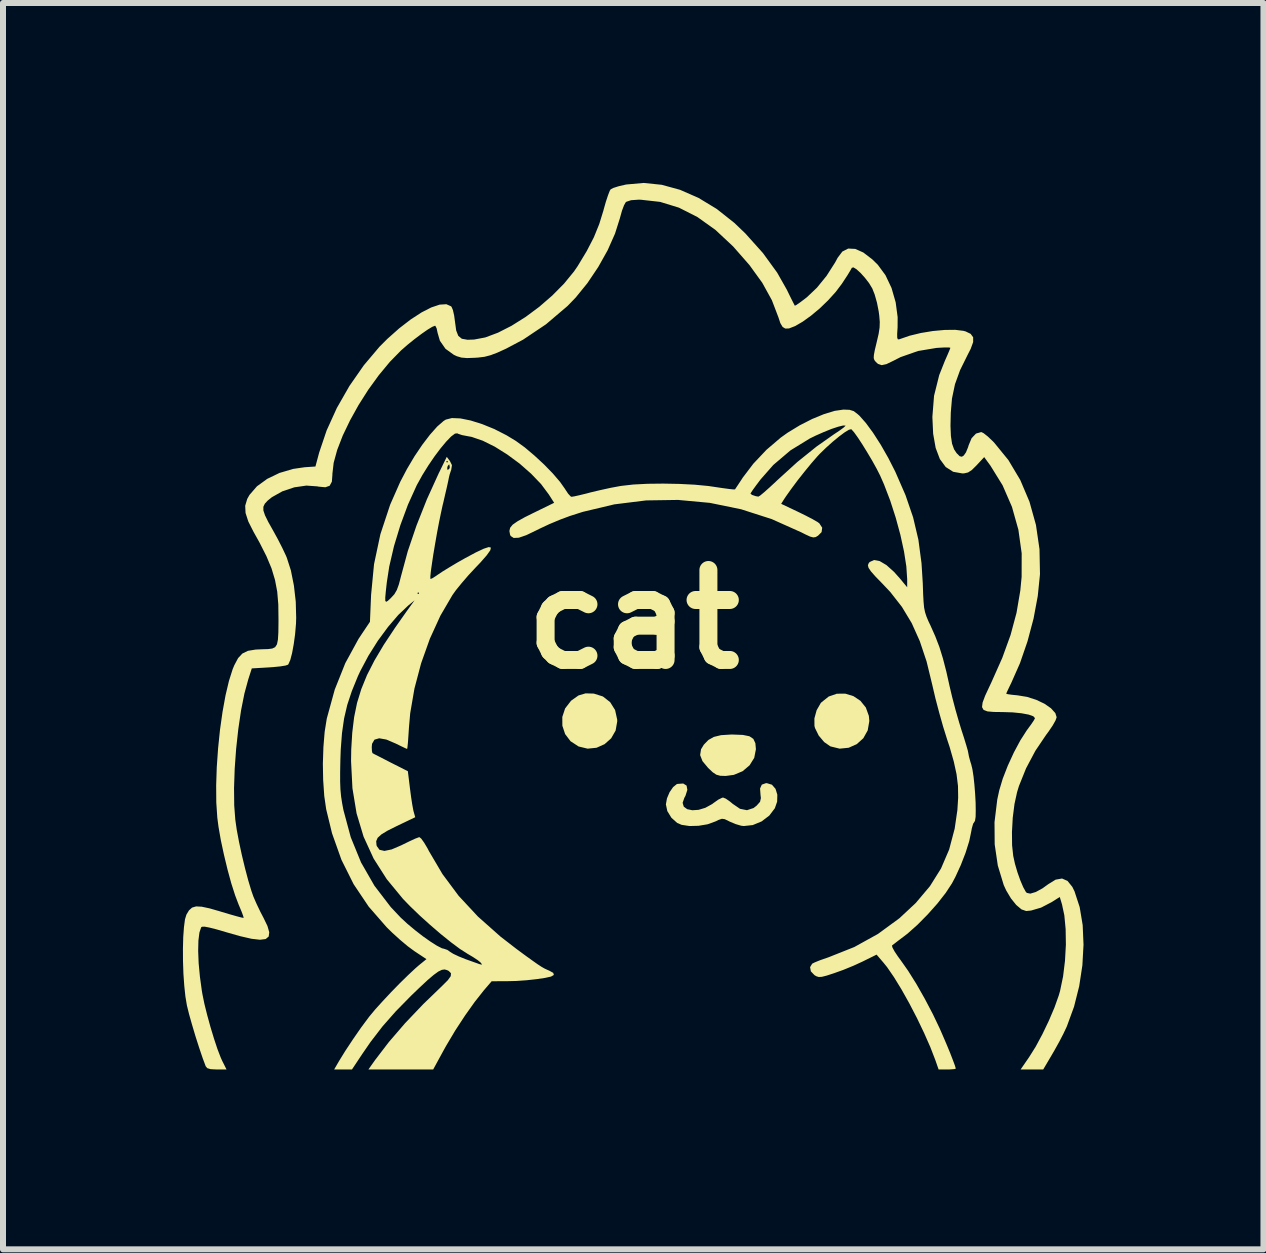
<source format=kicad_pcb>
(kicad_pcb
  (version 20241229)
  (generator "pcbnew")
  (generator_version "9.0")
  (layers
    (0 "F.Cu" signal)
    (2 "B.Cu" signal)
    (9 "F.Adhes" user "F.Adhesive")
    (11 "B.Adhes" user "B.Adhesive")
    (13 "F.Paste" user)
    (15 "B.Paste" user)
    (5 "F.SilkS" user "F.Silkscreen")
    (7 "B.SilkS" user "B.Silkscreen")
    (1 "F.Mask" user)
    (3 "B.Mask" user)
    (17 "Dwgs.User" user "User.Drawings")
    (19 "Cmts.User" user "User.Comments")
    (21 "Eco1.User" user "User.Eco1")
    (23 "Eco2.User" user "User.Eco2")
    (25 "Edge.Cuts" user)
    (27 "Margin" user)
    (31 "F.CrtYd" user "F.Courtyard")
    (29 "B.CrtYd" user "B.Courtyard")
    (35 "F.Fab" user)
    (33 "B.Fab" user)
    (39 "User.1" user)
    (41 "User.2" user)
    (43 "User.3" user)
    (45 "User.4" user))
  (footprint "cat"
    (layer "F.Cu")
    (at 7.511 7.275)
    (property "Reference" "cat" (at 0 0 0) (layer "F.SilkS") (effects (font (size 1.5 1.5) (thickness 0.3))))
    (attr board_only exclude_from_pos_files exclude_from_bom)
    (fp_poly (pts (xy -0.66 1.239) (xy -0.509 1.287) (xy -0.388 1.382) (xy -0.306 1.513) (xy -0.271 1.672) (xy -0.27 1.701) (xy -0.297 1.855) (xy -0.371 1.984) (xy -0.481 2.082) (xy -0.615 2.142) (xy -0.764 2.157) (xy -0.917 2.12) (xy -0.917 2.119) (xy -1.049 2.033) (xy -1.139 1.914) (xy -1.185 1.775) (xy -1.186 1.628) (xy -1.139 1.486) (xy -1.043 1.362) (xy -1.035 1.354) (xy -0.916 1.27) (xy -0.797 1.235)) (stroke (width 0) (type solid)) (fill yes) (layer "F.SilkS"))
    (fp_poly (pts (xy 3.667 1.281) (xy 3.784 1.359) (xy 3.874 1.47) (xy 3.925 1.61) (xy 3.933 1.696) (xy 3.906 1.852) (xy 3.833 1.983) (xy 3.723 2.082) (xy 3.588 2.142) (xy 3.438 2.157) (xy 3.284 2.119) (xy 3.18 2.047) (xy 3.089 1.939) (xy 3.028 1.815) (xy 3.018 1.779) (xy 3.017 1.653) (xy 3.054 1.517) (xy 3.122 1.398) (xy 3.134 1.385) (xy 3.255 1.288) (xy 3.391 1.241) (xy 3.532 1.24)) (stroke (width 0) (type solid)) (fill yes) (layer "F.SilkS"))
    (fp_poly (pts (xy 1.824 1.928) (xy 1.933 1.95) (xy 1.999 1.994) (xy 2.033 2.066) (xy 2.042 2.166) (xy 2.014 2.31) (xy 1.936 2.435) (xy 1.82 2.533) (xy 1.674 2.594) (xy 1.538 2.612) (xy 1.447 2.609) (xy 1.382 2.591) (xy 1.321 2.55) (xy 1.245 2.478) (xy 1.151 2.365) (xy 1.112 2.264) (xy 1.127 2.167) (xy 1.174 2.09) (xy 1.25 2.012) (xy 1.341 1.961) (xy 1.46 1.932) (xy 1.621 1.922) (xy 1.665 1.922)) (stroke (width 0) (type solid)) (fill yes) (layer "F.SilkS"))
    (fp_poly (pts (xy 2.309 2.758) (xy 2.369 2.827) (xy 2.399 2.925) (xy 2.396 3.04) (xy 2.358 3.15) (xy 2.265 3.273) (xy 2.137 3.37) (xy 1.989 3.431) (xy 1.84 3.447) (xy 1.796 3.442) (xy 1.699 3.413) (xy 1.598 3.37) (xy 1.591 3.366) (xy 1.523 3.333) (xy 1.475 3.326) (xy 1.417 3.346) (xy 1.366 3.371) (xy 1.236 3.418) (xy 1.086 3.443) (xy 0.935 3.447) (xy 0.803 3.427) (xy 0.73 3.396) (xy 0.633 3.309) (xy 0.565 3.198) (xy 0.541 3.086) (xy 0.559 2.986) (xy 0.602 2.884) (xy 0.661 2.798) (xy 0.723 2.748) (xy 0.734 2.745) (xy 0.83 2.738) (xy 0.886 2.773) (xy 0.899 2.844) (xy 0.867 2.944) (xy 0.849 2.976) (xy 0.82 3.06) (xy 0.839 3.124) (xy 0.896 3.166) (xy 0.982 3.184) (xy 1.086 3.177) (xy 1.199 3.143) (xy 1.312 3.081) (xy 1.337 3.062) (xy 1.413 3.008) (xy 1.475 2.977) (xy 1.494 2.972) (xy 1.541 2.991) (xy 1.611 3.04) (xy 1.655 3.077) (xy 1.777 3.16) (xy 1.893 3.183) (xy 2.003 3.147) (xy 2.055 3.106) (xy 2.111 3.043) (xy 2.125 2.981) (xy 2.119 2.93) (xy 2.111 2.821) (xy 2.14 2.757) (xy 2.207 2.733) (xy 2.223 2.732)) (stroke (width 0) (type solid)) (fill yes) (layer "F.SilkS"))
    (fp_poly (pts (xy 0.472 -7.244) (xy 0.778 -7.16) (xy 1.086 -7.025) (xy 1.389 -6.841) (xy 1.682 -6.609) (xy 1.865 -6.434) (xy 2.159 -6.106) (xy 2.396 -5.78) (xy 2.558 -5.494) (xy 2.612 -5.383) (xy 2.657 -5.293) (xy 2.685 -5.239) (xy 2.691 -5.228) (xy 2.716 -5.24) (xy 2.777 -5.282) (xy 2.862 -5.346) (xy 2.895 -5.372) (xy 3.06 -5.529) (xy 3.22 -5.726) (xy 3.362 -5.948) (xy 3.404 -6.026) (xy 3.483 -6.131) (xy 3.581 -6.181) (xy 3.699 -6.175) (xy 3.833 -6.115) (xy 3.982 -6.001) (xy 4.074 -5.911) (xy 4.202 -5.737) (xy 4.303 -5.524) (xy 4.372 -5.285) (xy 4.405 -5.038) (xy 4.404 -4.869) (xy 4.397 -4.757) (xy 4.398 -4.693) (xy 4.409 -4.667) (xy 4.431 -4.668) (xy 4.438 -4.67) (xy 4.602 -4.727) (xy 4.791 -4.773) (xy 4.992 -4.806) (xy 5.188 -4.824) (xy 5.364 -4.826) (xy 5.503 -4.809) (xy 5.539 -4.799) (xy 5.622 -4.759) (xy 5.664 -4.702) (xy 5.664 -4.622) (xy 5.623 -4.509) (xy 5.571 -4.407) (xy 5.446 -4.154) (xy 5.361 -3.919) (xy 5.311 -3.681) (xy 5.291 -3.445) (xy 5.286 -3.225) (xy 5.293 -3.056) (xy 5.312 -2.928) (xy 5.346 -2.833) (xy 5.388 -2.77) (xy 5.439 -2.719) (xy 5.475 -2.71) (xy 5.507 -2.73) (xy 5.544 -2.783) (xy 5.579 -2.868) (xy 5.589 -2.902) (xy 5.638 -3.019) (xy 5.711 -3.096) (xy 5.797 -3.122) (xy 5.839 -3.102) (xy 5.909 -3.047) (xy 5.991 -2.969) (xy 6.012 -2.948) (xy 6.251 -2.655) (xy 6.449 -2.323) (xy 6.603 -1.96) (xy 6.711 -1.573) (xy 6.77 -1.169) (xy 6.778 -0.756) (xy 6.777 -0.739) (xy 6.741 -0.387) (xy 6.671 -0.012) (xy 6.57 0.368) (xy 6.445 0.731) (xy 6.301 1.057) (xy 6.257 1.148) (xy 6.226 1.214) (xy 6.215 1.241) (xy 6.242 1.249) (xy 6.313 1.259) (xy 6.404 1.268) (xy 6.563 1.294) (xy 6.716 1.343) (xy 6.853 1.408) (xy 6.962 1.484) (xy 7.034 1.564) (xy 7.056 1.633) (xy 7.038 1.685) (xy 6.991 1.769) (xy 6.922 1.871) (xy 6.879 1.929) (xy 6.701 2.193) (xy 6.546 2.485) (xy 6.427 2.781) (xy 6.396 2.883) (xy 6.353 3.08) (xy 6.324 3.308) (xy 6.311 3.545) (xy 6.313 3.768) (xy 6.332 3.945) (xy 6.361 4.077) (xy 6.402 4.217) (xy 6.45 4.352) (xy 6.498 4.465) (xy 6.541 4.543) (xy 6.559 4.562) (xy 6.617 4.574) (xy 6.708 4.547) (xy 6.82 4.486) (xy 6.917 4.416) (xy 7.039 4.341) (xy 7.146 4.322) (xy 7.237 4.362) (xy 7.317 4.461) (xy 7.354 4.536) (xy 7.44 4.799) (xy 7.49 5.099) (xy 7.504 5.426) (xy 7.485 5.769) (xy 7.432 6.117) (xy 7.346 6.459) (xy 7.227 6.785) (xy 7.218 6.805) (xy 7.168 6.911) (xy 7.098 7.046) (xy 7.02 7.186) (xy 6.987 7.243) (xy 6.832 7.506) (xy 6.644 7.506) (xy 6.455 7.506) (xy 6.595 7.303) (xy 6.705 7.128) (xy 6.818 6.918) (xy 6.926 6.693) (xy 7.02 6.472) (xy 7.091 6.272) (xy 7.113 6.196) (xy 7.163 5.956) (xy 7.195 5.694) (xy 7.21 5.425) (xy 7.206 5.167) (xy 7.184 4.935) (xy 7.145 4.753) (xy 7.108 4.63) (xy 6.97 4.717) (xy 6.797 4.807) (xy 6.63 4.856) (xy 6.548 4.864) (xy 6.47 4.837) (xy 6.383 4.764) (xy 6.295 4.655) (xy 6.215 4.521) (xy 6.174 4.432) (xy 6.075 4.106) (xy 6.023 3.753) (xy 6.02 3.383) (xy 6.066 3.005) (xy 6.099 2.852) (xy 6.157 2.658) (xy 6.241 2.442) (xy 6.342 2.222) (xy 6.45 2.02) (xy 6.557 1.853) (xy 6.571 1.834) (xy 6.634 1.748) (xy 6.678 1.682) (xy 6.695 1.648) (xy 6.695 1.648) (xy 6.667 1.617) (xy 6.589 1.589) (xy 6.47 1.567) (xy 6.322 1.552) (xy 6.158 1.547) (xy 6.008 1.545) (xy 5.903 1.536) (xy 5.838 1.511) (xy 5.812 1.465) (xy 5.821 1.389) (xy 5.863 1.276) (xy 5.936 1.119) (xy 5.969 1.049) (xy 6.15 0.642) (xy 6.288 0.261) (xy 6.387 -0.108) (xy 6.45 -0.478) (xy 6.472 -0.706) (xy 6.473 -1.1) (xy 6.418 -1.493) (xy 6.311 -1.874) (xy 6.155 -2.233) (xy 5.953 -2.56) (xy 5.848 -2.704) (xy 5.722 -2.568) (xy 5.642 -2.489) (xy 5.579 -2.448) (xy 5.514 -2.433) (xy 5.483 -2.432) (xy 5.331 -2.459) (xy 5.206 -2.539) (xy 5.109 -2.671) (xy 5.039 -2.856) (xy 4.997 -3.093) (xy 4.984 -3.374) (xy 5.012 -3.726) (xy 5.098 -4.071) (xy 5.192 -4.308) (xy 5.236 -4.408) (xy 5.269 -4.486) (xy 5.284 -4.525) (xy 5.284 -4.527) (xy 5.257 -4.532) (xy 5.184 -4.532) (xy 5.08 -4.526) (xy 5.051 -4.524) (xy 4.745 -4.473) (xy 4.454 -4.371) (xy 4.33 -4.308) (xy 4.218 -4.254) (xy 4.139 -4.237) (xy 4.077 -4.258) (xy 4.041 -4.291) (xy 4.017 -4.321) (xy 4.006 -4.356) (xy 4.009 -4.408) (xy 4.025 -4.492) (xy 4.056 -4.621) (xy 4.088 -4.759) (xy 4.104 -4.864) (xy 4.107 -4.958) (xy 4.098 -5.066) (xy 4.089 -5.133) (xy 4.061 -5.276) (xy 4.022 -5.415) (xy 3.982 -5.516) (xy 3.928 -5.605) (xy 3.859 -5.694) (xy 3.787 -5.774) (xy 3.72 -5.835) (xy 3.668 -5.867) (xy 3.641 -5.86) (xy 3.641 -5.86) (xy 3.618 -5.818) (xy 3.571 -5.74) (xy 3.506 -5.641) (xy 3.476 -5.595) (xy 3.371 -5.456) (xy 3.244 -5.316) (xy 3.105 -5.182) (xy 2.961 -5.062) (xy 2.822 -4.962) (xy 2.697 -4.889) (xy 2.594 -4.849) (xy 2.532 -4.847) (xy 2.487 -4.874) (xy 2.449 -4.938) (xy 2.417 -5.035) (xy 2.308 -5.32) (xy 2.148 -5.61) (xy 1.934 -5.906) (xy 1.664 -6.214) (xy 1.661 -6.217) (xy 1.367 -6.492) (xy 1.066 -6.707) (xy 0.758 -6.863) (xy 0.445 -6.959) (xy 0.124 -6.995) (xy 0.087 -6.996) (xy -0.04 -6.987) (xy -0.118 -6.961) (xy -0.129 -6.952) (xy -0.157 -6.902) (xy -0.191 -6.812) (xy -0.222 -6.701) (xy -0.225 -6.689) (xy -0.307 -6.43) (xy -0.43 -6.153) (xy -0.587 -5.873) (xy -0.767 -5.605) (xy -0.963 -5.364) (xy -1.098 -5.224) (xy -1.458 -4.918) (xy -1.84 -4.662) (xy -2.123 -4.512) (xy -2.27 -4.445) (xy -2.384 -4.402) (xy -2.485 -4.376) (xy -2.594 -4.363) (xy -2.644 -4.36) (xy -2.774 -4.355) (xy -2.868 -4.363) (xy -2.945 -4.386) (xy -2.994 -4.409) (xy -3.134 -4.51) (xy -3.227 -4.644) (xy -3.265 -4.775) (xy -3.281 -4.85) (xy -3.302 -4.891) (xy -3.308 -4.894) (xy -3.354 -4.876) (xy -3.435 -4.827) (xy -3.538 -4.755) (xy -3.652 -4.669) (xy -3.766 -4.577) (xy -3.869 -4.487) (xy -3.873 -4.484) (xy -4.061 -4.292) (xy -4.245 -4.07) (xy -4.421 -3.827) (xy -4.583 -3.572) (xy -4.726 -3.314) (xy -4.847 -3.062) (xy -4.939 -2.824) (xy -4.998 -2.609) (xy -5.019 -2.426) (xy -5.019 -2.41) (xy -5.028 -2.294) (xy -5.065 -2.226) (xy -5.137 -2.201) (xy -5.253 -2.212) (xy -5.269 -2.216) (xy -5.453 -2.229) (xy -5.654 -2.2) (xy -5.852 -2.134) (xy -6.026 -2.037) (xy -6.099 -1.978) (xy -6.146 -1.927) (xy -6.17 -1.876) (xy -6.17 -1.815) (xy -6.143 -1.734) (xy -6.088 -1.622) (xy -6.003 -1.471) (xy -5.928 -1.334) (xy -5.854 -1.189) (xy -5.794 -1.062) (xy -5.779 -1.026) (xy -5.711 -0.814) (xy -5.661 -0.563) (xy -5.63 -0.294) (xy -5.623 -0.026) (xy -5.626 0.075) (xy -5.641 0.249) (xy -5.664 0.416) (xy -5.691 0.563) (xy -5.721 0.678) (xy -5.752 0.748) (xy -5.759 0.757) (xy -5.799 0.771) (xy -5.885 0.785) (xy -6.002 0.797) (xy -6.075 0.802) (xy -6.363 0.819) (xy -6.422 1.003) (xy -6.486 1.238) (xy -6.542 1.519) (xy -6.588 1.831) (xy -6.624 2.16) (xy -6.648 2.491) (xy -6.659 2.811) (xy -6.656 3.104) (xy -6.638 3.341) (xy -6.614 3.509) (xy -6.576 3.711) (xy -6.529 3.93) (xy -6.476 4.15) (xy -6.422 4.354) (xy -6.37 4.527) (xy -6.336 4.624) (xy -6.285 4.741) (xy -6.22 4.877) (xy -6.168 4.977) (xy -6.102 5.113) (xy -6.072 5.217) (xy -6.081 5.289) (xy -6.131 5.331) (xy -6.226 5.343) (xy -6.367 5.327) (xy -6.558 5.283) (xy -6.776 5.221) (xy -6.947 5.171) (xy -7.069 5.14) (xy -7.148 5.125) (xy -7.193 5.126) (xy -7.207 5.136) (xy -7.236 5.222) (xy -7.253 5.356) (xy -7.257 5.53) (xy -7.249 5.734) (xy -7.228 5.958) (xy -7.196 6.192) (xy -7.187 6.245) (xy -7.154 6.408) (xy -7.107 6.597) (xy -7.052 6.797) (xy -6.993 6.992) (xy -6.935 7.167) (xy -6.881 7.307) (xy -6.856 7.363) (xy -6.784 7.506) (xy -6.947 7.506) (xy -7.048 7.501) (xy -7.105 7.484) (xy -7.131 7.453) (xy -7.181 7.32) (xy -7.239 7.148) (xy -7.301 6.955) (xy -7.359 6.76) (xy -7.409 6.583) (xy -7.444 6.441) (xy -7.445 6.437) (xy -7.47 6.288) (xy -7.489 6.107) (xy -7.503 5.907) (xy -7.51 5.697) (xy -7.511 5.491) (xy -7.506 5.299) (xy -7.494 5.133) (xy -7.477 5.003) (xy -7.453 4.924) (xy -7.41 4.853) (xy -7.359 4.807) (xy -7.291 4.787) (xy -7.197 4.792) (xy -7.066 4.82) (xy -6.889 4.871) (xy -6.874 4.876) (xy -6.736 4.917) (xy -6.62 4.95) (xy -6.538 4.972) (xy -6.5 4.979) (xy -6.499 4.978) (xy -6.506 4.948) (xy -6.532 4.877) (xy -6.572 4.781) (xy -6.58 4.763) (xy -6.64 4.605) (xy -6.705 4.402) (xy -6.768 4.171) (xy -6.827 3.926) (xy -6.879 3.684) (xy -6.918 3.46) (xy -6.938 3.307) (xy -6.955 3.053) (xy -6.957 2.769) (xy -6.947 2.466) (xy -6.925 2.153) (xy -6.893 1.842) (xy -6.851 1.544) (xy -6.801 1.269) (xy -6.744 1.028) (xy -6.682 0.832) (xy -6.654 0.765) (xy -6.591 0.647) (xy -6.52 0.571) (xy -6.428 0.526) (xy -6.299 0.505) (xy -6.195 0.5) (xy -6.094 0.497) (xy -6.022 0.488) (xy -5.974 0.465) (xy -5.943 0.417) (xy -5.927 0.338) (xy -5.92 0.218) (xy -5.918 0.048) (xy -5.918 -0.005) (xy -5.921 -0.248) (xy -5.939 -0.461) (xy -5.976 -0.656) (xy -6.034 -0.849) (xy -6.119 -1.052) (xy -6.234 -1.279) (xy -6.334 -1.458) (xy -6.421 -1.63) (xy -6.467 -1.772) (xy -6.473 -1.893) (xy -6.439 -2.007) (xy -6.401 -2.074) (xy -6.277 -2.217) (xy -6.106 -2.341) (xy -5.901 -2.44) (xy -5.673 -2.507) (xy -5.481 -2.535) (xy -5.302 -2.547) (xy -5.239 -2.782) (xy -5.115 -3.149) (xy -4.945 -3.523) (xy -4.735 -3.89) (xy -4.495 -4.235) (xy -4.234 -4.544) (xy -4.104 -4.674) (xy -3.905 -4.851) (xy -3.713 -4.999) (xy -3.533 -5.116) (xy -3.371 -5.199) (xy -3.231 -5.246) (xy -3.119 -5.253) (xy -3.041 -5.218) (xy -3.032 -5.208) (xy -3.01 -5.156) (xy -2.989 -5.064) (xy -2.974 -4.953) (xy -2.955 -4.814) (xy -2.92 -4.725) (xy -2.861 -4.677) (xy -2.765 -4.66) (xy -2.656 -4.664) (xy -2.47 -4.699) (xy -2.259 -4.778) (xy -2.033 -4.893) (xy -1.8 -5.039) (xy -1.571 -5.209) (xy -1.354 -5.397) (xy -1.157 -5.596) (xy -0.991 -5.799) (xy -0.93 -5.888) (xy -0.778 -6.14) (xy -0.66 -6.368) (xy -0.57 -6.59) (xy -0.498 -6.823) (xy -0.497 -6.83) (xy -0.46 -6.96) (xy -0.424 -7.069) (xy -0.395 -7.144) (xy -0.38 -7.168) (xy -0.334 -7.192) (xy -0.246 -7.22) (xy -0.134 -7.246) (xy -0.119 -7.249) (xy 0.171 -7.275)) (stroke (width 0) (type solid)) (fill yes) (layer "F.SilkS"))
    (fp_poly (pts (xy 3.604 -3.492) (xy 3.674 -3.47) (xy 3.742 -3.417) (xy 3.769 -3.393) (xy 3.876 -3.272) (xy 3.997 -3.107) (xy 4.124 -2.909) (xy 4.25 -2.688) (xy 4.366 -2.46) (xy 4.536 -2.07) (xy 4.663 -1.699) (xy 4.751 -1.326) (xy 4.803 -0.934) (xy 4.824 -0.6) (xy 4.83 -0.423) (xy 4.837 -0.293) (xy 4.846 -0.195) (xy 4.862 -0.118) (xy 4.885 -0.047) (xy 4.918 0.032) (xy 4.953 0.105) (xy 5.033 0.285) (xy 5.101 0.462) (xy 5.16 0.653) (xy 5.217 0.873) (xy 5.27 1.111) (xy 5.315 1.301) (xy 5.371 1.514) (xy 5.43 1.719) (xy 5.467 1.84) (xy 5.512 1.979) (xy 5.549 2.1) (xy 5.575 2.19) (xy 5.584 2.236) (xy 5.584 2.236) (xy 5.594 2.289) (xy 5.617 2.373) (xy 5.632 2.42) (xy 5.652 2.503) (xy 5.67 2.62) (xy 5.685 2.76) (xy 5.697 2.91) (xy 5.705 3.056) (xy 5.707 3.189) (xy 5.705 3.294) (xy 5.695 3.359) (xy 5.686 3.375) (xy 5.663 3.41) (xy 5.642 3.484) (xy 5.633 3.533) (xy 5.599 3.697) (xy 5.538 3.892) (xy 5.458 4.098) (xy 5.367 4.297) (xy 5.31 4.404) (xy 5.207 4.561) (xy 5.068 4.739) (xy 4.906 4.921) (xy 4.736 5.093) (xy 4.571 5.24) (xy 4.511 5.286) (xy 4.422 5.353) (xy 4.351 5.408) (xy 4.312 5.438) (xy 4.311 5.439) (xy 4.317 5.47) (xy 4.353 5.537) (xy 4.414 5.628) (xy 4.454 5.682) (xy 4.58 5.861) (xy 4.718 6.081) (xy 4.858 6.328) (xy 4.993 6.585) (xy 5.106 6.822) (xy 5.165 6.957) (xy 5.225 7.097) (xy 5.281 7.233) (xy 5.327 7.352) (xy 5.36 7.441) (xy 5.374 7.489) (xy 5.374 7.492) (xy 5.347 7.5) (xy 5.279 7.505) (xy 5.231 7.506) (xy 5.088 7.506) (xy 5.033 7.348) (xy 4.949 7.131) (xy 4.844 6.893) (xy 4.725 6.645) (xy 4.598 6.401) (xy 4.469 6.171) (xy 4.344 5.967) (xy 4.23 5.801) (xy 4.172 5.729) (xy 4.054 5.591) (xy 3.821 5.706) (xy 3.671 5.775) (xy 3.5 5.845) (xy 3.344 5.901) (xy 3.341 5.902) (xy 3.221 5.941) (xy 3.142 5.961) (xy 3.09 5.964) (xy 3.051 5.952) (xy 3.018 5.933) (xy 2.958 5.87) (xy 2.945 5.8) (xy 2.98 5.742) (xy 3.024 5.72) (xy 3.11 5.685) (xy 3.222 5.646) (xy 3.261 5.632) (xy 3.683 5.464) (xy 4.077 5.246) (xy 4.435 4.984) (xy 4.707 4.73) (xy 4.944 4.449) (xy 5.128 4.155) (xy 5.264 3.838) (xy 5.356 3.49) (xy 5.401 3.181) (xy 5.414 2.973) (xy 5.411 2.779) (xy 5.387 2.583) (xy 5.341 2.372) (xy 5.272 2.13) (xy 5.228 1.997) (xy 5.164 1.792) (xy 5.098 1.558) (xy 5.036 1.323) (xy 4.987 1.114) (xy 4.983 1.096) (xy 4.888 0.705) (xy 4.774 0.364) (xy 4.639 0.063) (xy 4.476 -0.207) (xy 4.283 -0.454) (xy 4.151 -0.594) (xy 4.036 -0.712) (xy 3.961 -0.797) (xy 3.92 -0.857) (xy 3.909 -0.901) (xy 3.923 -0.936) (xy 3.939 -0.955) (xy 4.011 -0.988) (xy 4.106 -0.97) (xy 4.219 -0.903) (xy 4.346 -0.789) (xy 4.443 -0.68) (xy 4.564 -0.534) (xy 4.564 -0.669) (xy 4.55 -0.881) (xy 4.511 -1.131) (xy 4.451 -1.407) (xy 4.373 -1.694) (xy 4.281 -1.979) (xy 4.178 -2.248) (xy 4.113 -2.396) (xy 4.055 -2.51) (xy 3.982 -2.642) (xy 3.9 -2.78) (xy 3.818 -2.913) (xy 3.742 -3.029) (xy 3.679 -3.117) (xy 3.636 -3.165) (xy 3.631 -3.169) (xy 3.593 -3.16) (xy 3.522 -3.117) (xy 3.428 -3.047) (xy 3.321 -2.959) (xy 3.211 -2.86) (xy 3.106 -2.758) (xy 3.062 -2.711) (xy 2.965 -2.599) (xy 2.852 -2.461) (xy 2.735 -2.313) (xy 2.628 -2.169) (xy 2.542 -2.048) (xy 2.514 -2.006) (xy 2.463 -1.925) (xy 2.754 -1.787) (xy 2.88 -1.725) (xy 2.989 -1.668) (xy 3.069 -1.622) (xy 3.099 -1.6) (xy 3.147 -1.527) (xy 3.137 -1.453) (xy 3.078 -1.394) (xy 3.037 -1.37) (xy 2.998 -1.365) (xy 2.945 -1.379) (xy 2.863 -1.417) (xy 2.8 -1.449) (xy 2.306 -1.67) (xy 1.796 -1.834) (xy 1.274 -1.941) (xy 0.744 -1.99) (xy 0.212 -1.982) (xy -0.319 -1.916) (xy -0.844 -1.791) (xy -1.063 -1.721) (xy -1.226 -1.66) (xy -1.403 -1.586) (xy -1.563 -1.511) (xy -1.617 -1.484) (xy -1.785 -1.403) (xy -1.91 -1.36) (xy -1.997 -1.356) (xy -2.047 -1.389) (xy -2.057 -1.411) (xy -2.068 -1.472) (xy -2.056 -1.525) (xy -2.014 -1.577) (xy -1.934 -1.633) (xy -1.811 -1.702) (xy -1.68 -1.767) (xy -1.322 -1.942) (xy -1.411 -2.081) (xy -1.54 -2.254) (xy -1.706 -2.427) (xy -1.897 -2.595) (xy -2.103 -2.747) (xy -2.312 -2.878) (xy -2.514 -2.978) (xy -2.698 -3.041) (xy -2.77 -3.054) (xy -2.858 -3.071) (xy -2.923 -3.093) (xy -2.935 -3.1) (xy -2.975 -3.096) (xy -3.039 -3.048) (xy -3.122 -2.962) (xy -3.217 -2.848) (xy -3.319 -2.712) (xy -3.421 -2.562) (xy -3.518 -2.406) (xy -3.604 -2.251) (xy -3.616 -2.228) (xy -3.759 -1.912) (xy -3.886 -1.569) (xy -3.992 -1.22) (xy -4.071 -0.881) (xy -4.112 -0.615) (xy -4.129 -0.462) (xy -4.138 -0.361) (xy -4.137 -0.307) (xy -4.123 -0.291) (xy -4.095 -0.307) (xy -4.051 -0.348) (xy -4.04 -0.359) (xy -3.985 -0.419) (xy -3.976 -0.435) (xy -3.603 -0.435) (xy -3.588 -0.42) (xy -3.573 -0.435) (xy -3.588 -0.45) (xy -3.603 -0.435) (xy -3.976 -0.435) (xy -3.945 -0.488) (xy -3.911 -0.581) (xy -3.876 -0.715) (xy -3.872 -0.73) (xy -3.763 -1.133) (xy -3.617 -1.563) (xy -3.443 -2.002) (xy -3.246 -2.435) (xy -3.235 -2.457) (xy -3.215 -2.498) (xy -3.104 -2.498) (xy -3.091 -2.492) (xy -3.066 -2.516) (xy -3.062 -2.537) (xy -3.069 -2.577) (xy -3.074 -2.582) (xy -3.094 -2.559) (xy -3.103 -2.537) (xy -3.104 -2.498) (xy -3.215 -2.498) (xy -3.152 -2.627) (xy -3.122 -2.627) (xy -3.107 -2.612) (xy -3.092 -2.627) (xy -3.107 -2.642) (xy -3.122 -2.627) (xy -3.152 -2.627) (xy -3.112 -2.708) (xy -3.06 -2.639) (xy -3.026 -2.57) (xy -3.037 -2.496) (xy -3.038 -2.494) (xy -3.065 -2.412) (xy -3.078 -2.357) (xy -3.088 -2.306) (xy -3.109 -2.21) (xy -3.139 -2.081) (xy -3.173 -1.933) (xy -3.18 -1.907) (xy -3.21 -1.769) (xy -3.243 -1.608) (xy -3.276 -1.433) (xy -3.307 -1.255) (xy -3.336 -1.084) (xy -3.359 -0.931) (xy -3.377 -0.804) (xy -3.386 -0.715) (xy -3.385 -0.673) (xy -3.384 -0.672) (xy -3.356 -0.682) (xy -3.297 -0.719) (xy -3.255 -0.748) (xy -3.182 -0.797) (xy -3.071 -0.865) (xy -2.939 -0.944) (xy -2.808 -1.018) (xy -2.627 -1.115) (xy -2.495 -1.177) (xy -2.412 -1.204) (xy -2.376 -1.195) (xy -2.387 -1.15) (xy -2.445 -1.068) (xy -2.549 -0.949) (xy -2.635 -0.859) (xy -2.751 -0.734) (xy -2.863 -0.604) (xy -2.959 -0.486) (xy -3.017 -0.405) (xy -3.218 -0.061) (xy -3.394 0.324) (xy -3.54 0.734) (xy -3.651 1.154) (xy -3.722 1.567) (xy -3.743 1.809) (xy -3.752 1.946) (xy -3.76 2.059) (xy -3.768 2.134) (xy -3.773 2.162) (xy -3.804 2.149) (xy -3.873 2.116) (xy -3.963 2.072) (xy -4.12 2.005) (xy -4.239 1.984) (xy -4.318 2.007) (xy -4.358 2.076) (xy -4.363 2.129) (xy -4.36 2.197) (xy -4.351 2.231) (xy -4.351 2.231) (xy -4.321 2.248) (xy -4.248 2.285) (xy -4.145 2.338) (xy -4.05 2.387) (xy -3.761 2.533) (xy -3.725 2.826) (xy -3.707 2.963) (xy -3.688 3.087) (xy -3.671 3.18) (xy -3.664 3.209) (xy -3.638 3.3) (xy -3.947 3.448) (xy -4.101 3.525) (xy -4.204 3.588) (xy -4.265 3.644) (xy -4.289 3.7) (xy -4.284 3.763) (xy -4.279 3.781) (xy -4.234 3.843) (xy -4.152 3.862) (xy -4.031 3.837) (xy -3.87 3.768) (xy -3.844 3.755) (xy -3.733 3.701) (xy -3.64 3.658) (xy -3.579 3.635) (xy -3.567 3.633) (xy -3.537 3.658) (xy -3.489 3.725) (xy -3.432 3.821) (xy -3.409 3.866) (xy -3.184 4.248) (xy -2.914 4.611) (xy -2.593 4.956) (xy -2.218 5.289) (xy -1.952 5.495) (xy -1.796 5.61) (xy -1.679 5.694) (xy -1.594 5.754) (xy -1.531 5.795) (xy -1.482 5.823) (xy -1.437 5.844) (xy -1.404 5.858) (xy -1.337 5.895) (xy -1.327 5.93) (xy -1.374 5.957) (xy -1.473 5.979) (xy -1.615 6) (xy -1.78 6.018) (xy -1.95 6.03) (xy -2.105 6.034) (xy -2.364 6.035) (xy -2.496 6.189) (xy -2.646 6.379) (xy -2.808 6.607) (xy -2.971 6.856) (xy -3.122 7.11) (xy -3.165 7.187) (xy -3.339 7.506) (xy -3.879 7.506) (xy -4.419 7.506) (xy -4.307 7.348) (xy -4.079 7.05) (xy -3.808 6.735) (xy -3.502 6.414) (xy -3.19 6.113) (xy -3.095 6.018) (xy -3.046 5.95) (xy -3.042 5.901) (xy -3.08 5.863) (xy -3.106 5.85) (xy -3.148 5.838) (xy -3.195 5.845) (xy -3.254 5.874) (xy -3.33 5.929) (xy -3.431 6.015) (xy -3.561 6.136) (xy -3.704 6.273) (xy -3.961 6.535) (xy -4.183 6.787) (xy -4.383 7.047) (xy -4.518 7.243) (xy -4.693 7.506) (xy -4.841 7.506) (xy -4.99 7.506) (xy -4.907 7.363) (xy -4.804 7.196) (xy -4.677 7.004) (xy -4.542 6.809) (xy -4.412 6.634) (xy -4.401 6.62) (xy -4.309 6.509) (xy -4.185 6.372) (xy -4.044 6.221) (xy -3.897 6.07) (xy -3.756 5.932) (xy -3.635 5.819) (xy -3.58 5.771) (xy -3.451 5.666) (xy -3.655 5.531) (xy -3.762 5.452) (xy -3.891 5.344) (xy -4.023 5.224) (xy -4.113 5.136) (xy -4.414 4.791) (xy -4.665 4.417) (xy -4.868 4.011) (xy -5.025 3.569) (xy -5.123 3.166) (xy -5.155 2.944) (xy -5.171 2.708) (xy -4.89 2.708) (xy -4.885 2.839) (xy -4.874 2.955) (xy -4.856 3.071) (xy -4.835 3.181) (xy -4.713 3.634) (xy -4.541 4.055) (xy -4.318 4.443) (xy -4.046 4.798) (xy -3.881 4.973) (xy -3.771 5.075) (xy -3.644 5.181) (xy -3.513 5.283) (xy -3.387 5.372) (xy -3.277 5.442) (xy -3.193 5.485) (xy -3.156 5.494) (xy -3.101 5.513) (xy -3.058 5.544) (xy -3.005 5.577) (xy -2.912 5.621) (xy -2.798 5.667) (xy -2.77 5.677) (xy -2.647 5.721) (xy -2.571 5.748) (xy -2.534 5.758) (xy -2.526 5.753) (xy -2.538 5.736) (xy -2.551 5.72) (xy -2.595 5.684) (xy -2.675 5.631) (xy -2.773 5.573) (xy -2.774 5.572) (xy -2.893 5.496) (xy -3.042 5.385) (xy -3.211 5.249) (xy -3.388 5.097) (xy -3.563 4.939) (xy -3.725 4.783) (xy -3.842 4.662) (xy -4.113 4.333) (xy -4.332 3.989) (xy -4.499 3.625) (xy -4.616 3.236) (xy -4.685 2.817) (xy -4.708 2.365) (xy -4.705 2.168) (xy -4.688 1.889) (xy -4.657 1.633) (xy -4.608 1.394) (xy -4.537 1.163) (xy -4.442 0.93) (xy -4.318 0.687) (xy -4.163 0.426) (xy -3.972 0.138) (xy -3.78 -0.135) (xy -3.65 -0.315) (xy -3.754 -0.23) (xy -3.92 -0.073) (xy -4.092 0.128) (xy -4.262 0.359) (xy -4.418 0.607) (xy -4.552 0.859) (xy -4.594 0.949) (xy -4.695 1.197) (xy -4.771 1.426) (xy -4.824 1.653) (xy -4.859 1.896) (xy -4.88 2.171) (xy -4.886 2.342) (xy -4.89 2.548) (xy -4.89 2.708) (xy -5.171 2.708) (xy -5.173 2.685) (xy -5.178 2.408) (xy -5.169 2.131) (xy -5.148 1.875) (xy -5.113 1.657) (xy -5.111 1.649) (xy -4.98 1.172) (xy -4.804 0.731) (xy -4.584 0.328) (xy -4.525 0.239) (xy -4.393 0.042) (xy -4.374 -0.407) (xy -4.325 -0.918) (xy -4.219 -1.418) (xy -4.056 -1.911) (xy -3.888 -2.292) (xy -3.775 -2.507) (xy -3.651 -2.716) (xy -3.521 -2.909) (xy -3.392 -3.078) (xy -3.272 -3.213) (xy -3.167 -3.305) (xy -3.129 -3.329) (xy -3.027 -3.355) (xy -2.885 -3.349) (xy -2.713 -3.314) (xy -2.522 -3.254) (xy -2.32 -3.172) (xy -2.118 -3.069) (xy -1.961 -2.974) (xy -1.811 -2.865) (xy -1.651 -2.73) (xy -1.491 -2.582) (xy -1.345 -2.432) (xy -1.224 -2.291) (xy -1.14 -2.172) (xy -1.137 -2.166) (xy -1.088 -2.093) (xy -1.046 -2.048) (xy -1.031 -2.042) (xy -0.988 -2.049) (xy -0.902 -2.068) (xy -0.796 -2.094) (xy 1.952 -2.094) (xy 1.978 -2.073) (xy 2.042 -2.052) (xy 2.083 -2.045) (xy 2.113 -2.063) (xy 2.177 -2.116) (xy 2.267 -2.196) (xy 2.373 -2.294) (xy 2.395 -2.315) (xy 2.73 -2.62) (xy 3.053 -2.88) (xy 3.343 -3.084) (xy 3.436 -3.146) (xy 3.504 -3.196) (xy 3.536 -3.226) (xy 3.536 -3.229) (xy 3.497 -3.231) (xy 3.415 -3.211) (xy 3.303 -3.174) (xy 3.174 -3.122) (xy 3.038 -3.062) (xy 2.942 -3.015) (xy 2.618 -2.816) (xy 2.332 -2.573) (xy 2.121 -2.333) (xy 2.047 -2.235) (xy 1.989 -2.155) (xy 1.956 -2.105) (xy 1.952 -2.094) (xy -0.796 -2.094) (xy -0.787 -2.096) (xy -0.716 -2.115) (xy -0.556 -2.153) (xy -0.383 -2.191) (xy -0.228 -2.22) (xy -0.195 -2.225) (xy -0.001 -2.247) (xy 0.235 -2.259) (xy 0.496 -2.262) (xy 0.764 -2.257) (xy 1.021 -2.244) (xy 1.251 -2.222) (xy 1.345 -2.208) (xy 1.48 -2.188) (xy 1.591 -2.173) (xy 1.666 -2.165) (xy 1.693 -2.165) (xy 1.712 -2.194) (xy 1.756 -2.26) (xy 1.814 -2.348) (xy 1.819 -2.357) (xy 1.999 -2.594) (xy 2.217 -2.825) (xy 2.456 -3.029) (xy 2.571 -3.111) (xy 2.773 -3.234) (xy 2.979 -3.339) (xy 3.178 -3.421) (xy 3.356 -3.475) (xy 3.501 -3.496) (xy 3.504 -3.496)) (stroke (width 0) (type solid)) (fill yes) (layer "F.SilkS")))
  (gr_rect
    (start -3 -3)
    (end 18.015 17.78)
    (stroke (width 0.1) (type default))
    (fill no)
    (layer "Edge.Cuts")))
</source>
